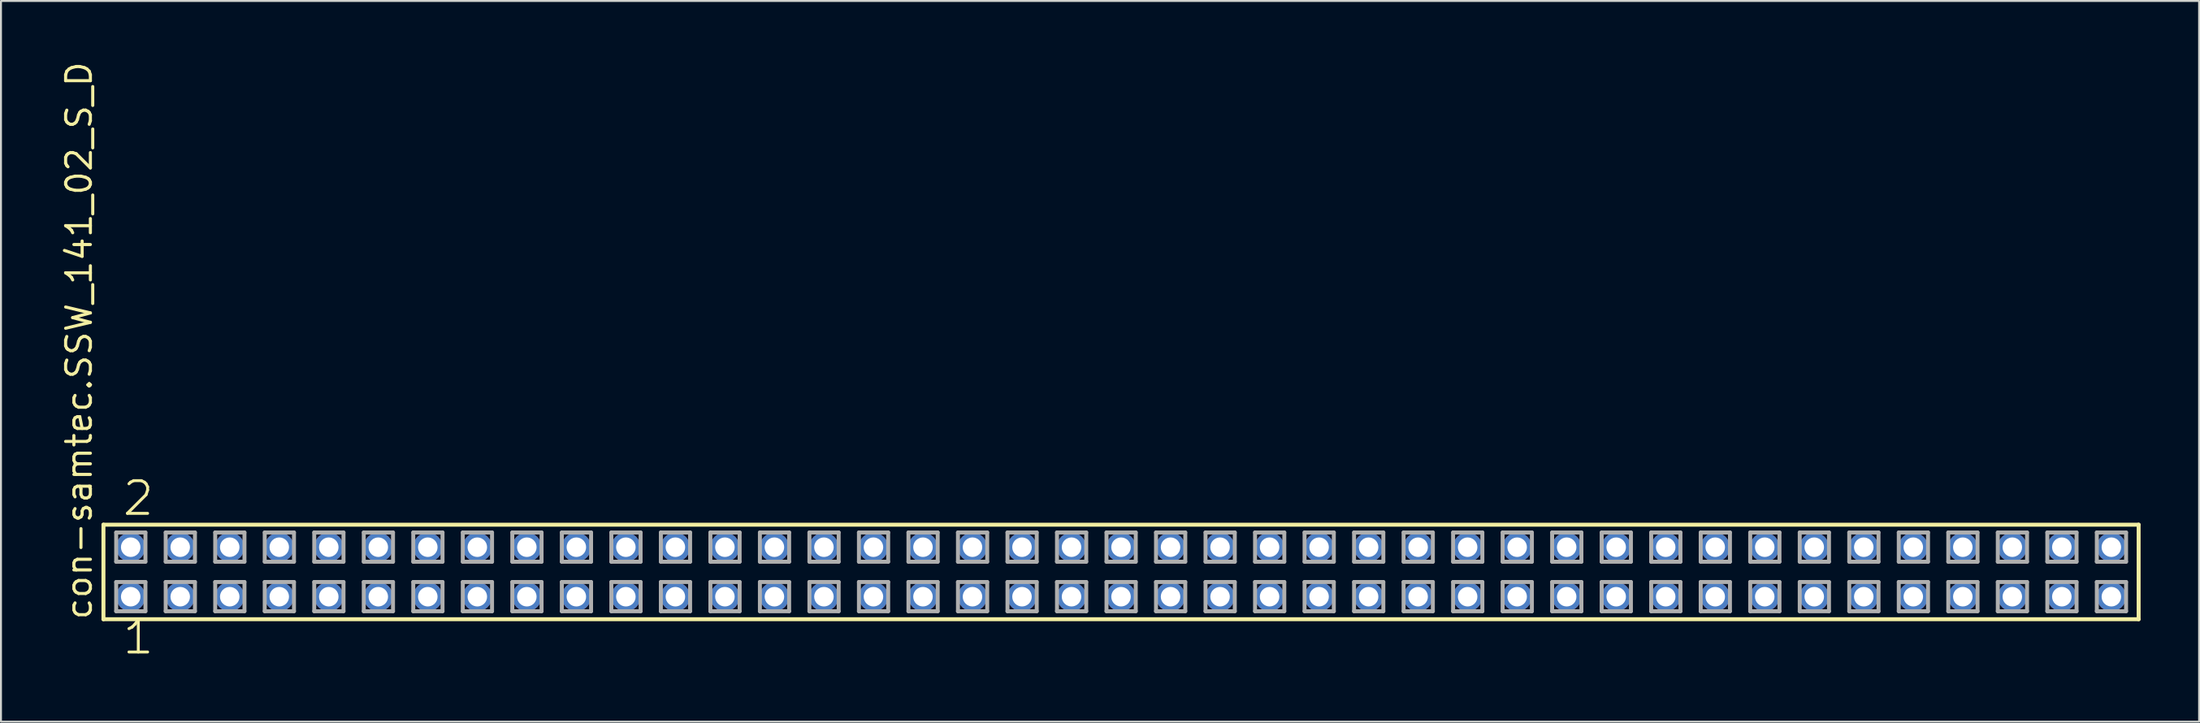
<source format=kicad_pcb>
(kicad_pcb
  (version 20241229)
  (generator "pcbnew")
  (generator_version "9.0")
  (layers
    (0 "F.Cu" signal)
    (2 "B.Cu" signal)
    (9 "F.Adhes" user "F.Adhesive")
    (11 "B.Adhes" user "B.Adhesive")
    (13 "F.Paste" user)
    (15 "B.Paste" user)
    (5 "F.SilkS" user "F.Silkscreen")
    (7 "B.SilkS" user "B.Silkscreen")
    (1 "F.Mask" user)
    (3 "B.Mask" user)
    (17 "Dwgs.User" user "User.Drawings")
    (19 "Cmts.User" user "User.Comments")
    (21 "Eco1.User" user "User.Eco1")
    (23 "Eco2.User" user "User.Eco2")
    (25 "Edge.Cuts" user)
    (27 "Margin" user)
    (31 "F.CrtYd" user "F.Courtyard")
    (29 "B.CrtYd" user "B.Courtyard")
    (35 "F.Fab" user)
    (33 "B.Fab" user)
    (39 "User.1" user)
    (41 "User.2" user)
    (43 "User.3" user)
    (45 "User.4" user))
  (footprint "con-samtec.SSW_141_02_S_D"
    (layer "F.Cu")
    (at 54.455 26.291)
    (property "Reference" "con-samtec.SSW_141_02_S_D" (at -52.705 2.54 90) (layer "F.SilkS") (effects (font (size 1.27 1.27) (thickness 0.16)) (justify left bottom)))
    (attr through_hole)
    (fp_line (start -52.199 -2.425) (end 52.199 -2.425) (stroke (width 0.203) (type default)) (layer "F.SilkS"))
    (fp_line (start -52.199 2.425) (end -52.199 -2.425) (stroke (width 0.203) (type default)) (layer "F.SilkS"))
    (fp_line (start 52.199 -2.425) (end 52.199 2.425) (stroke (width 0.203) (type default)) (layer "F.SilkS"))
    (fp_line (start 52.199 2.425) (end -52.199 2.425) (stroke (width 0.203) (type default)) (layer "F.SilkS"))
    (fp_line (start -51.545 -2.025) (end -50.045 -2.025) (stroke (width 0.203) (type default)) (layer "F.Fab"))
    (fp_line (start -51.545 -0.525) (end -51.545 -2.025) (stroke (width 0.203) (type default)) (layer "F.Fab"))
    (fp_line (start -51.545 0.515) (end -50.045 0.515) (stroke (width 0.203) (type default)) (layer "F.Fab"))
    (fp_line (start -51.545 2.015) (end -51.545 0.515) (stroke (width 0.203) (type default)) (layer "F.Fab"))
    (fp_line (start -50.045 -2.025) (end -50.045 -0.525) (stroke (width 0.203) (type default)) (layer "F.Fab"))
    (fp_line (start -50.045 -0.525) (end -51.545 -0.525) (stroke (width 0.203) (type default)) (layer "F.Fab"))
    (fp_line (start -50.045 0.515) (end -50.045 2.015) (stroke (width 0.203) (type default)) (layer "F.Fab"))
    (fp_line (start -50.045 2.015) (end -51.545 2.015) (stroke (width 0.203) (type default)) (layer "F.Fab"))
    (fp_line (start -49.005 -2.025) (end -47.505 -2.025) (stroke (width 0.203) (type default)) (layer "F.Fab"))
    (fp_line (start -49.005 -0.525) (end -49.005 -2.025) (stroke (width 0.203) (type default)) (layer "F.Fab"))
    (fp_line (start -49.005 0.515) (end -47.505 0.515) (stroke (width 0.203) (type default)) (layer "F.Fab"))
    (fp_line (start -49.005 2.015) (end -49.005 0.515) (stroke (width 0.203) (type default)) (layer "F.Fab"))
    (fp_line (start -47.505 -2.025) (end -47.505 -0.525) (stroke (width 0.203) (type default)) (layer "F.Fab"))
    (fp_line (start -47.505 -0.525) (end -49.005 -0.525) (stroke (width 0.203) (type default)) (layer "F.Fab"))
    (fp_line (start -47.505 0.515) (end -47.505 2.015) (stroke (width 0.203) (type default)) (layer "F.Fab"))
    (fp_line (start -47.505 2.015) (end -49.005 2.015) (stroke (width 0.203) (type default)) (layer "F.Fab"))
    (fp_line (start -46.465 -2.025) (end -44.965 -2.025) (stroke (width 0.203) (type default)) (layer "F.Fab"))
    (fp_line (start -46.465 -0.525) (end -46.465 -2.025) (stroke (width 0.203) (type default)) (layer "F.Fab"))
    (fp_line (start -46.465 0.515) (end -44.965 0.515) (stroke (width 0.203) (type default)) (layer "F.Fab"))
    (fp_line (start -46.465 2.015) (end -46.465 0.515) (stroke (width 0.203) (type default)) (layer "F.Fab"))
    (fp_line (start -44.965 -2.025) (end -44.965 -0.525) (stroke (width 0.203) (type default)) (layer "F.Fab"))
    (fp_line (start -44.965 -0.525) (end -46.465 -0.525) (stroke (width 0.203) (type default)) (layer "F.Fab"))
    (fp_line (start -44.965 0.515) (end -44.965 2.015) (stroke (width 0.203) (type default)) (layer "F.Fab"))
    (fp_line (start -44.965 2.015) (end -46.465 2.015) (stroke (width 0.203) (type default)) (layer "F.Fab"))
    (fp_line (start -43.925 -2.025) (end -42.425 -2.025) (stroke (width 0.203) (type default)) (layer "F.Fab"))
    (fp_line (start -43.925 -0.525) (end -43.925 -2.025) (stroke (width 0.203) (type default)) (layer "F.Fab"))
    (fp_line (start -43.925 0.515) (end -42.425 0.515) (stroke (width 0.203) (type default)) (layer "F.Fab"))
    (fp_line (start -43.925 2.015) (end -43.925 0.515) (stroke (width 0.203) (type default)) (layer "F.Fab"))
    (fp_line (start -42.425 -2.025) (end -42.425 -0.525) (stroke (width 0.203) (type default)) (layer "F.Fab"))
    (fp_line (start -42.425 -0.525) (end -43.925 -0.525) (stroke (width 0.203) (type default)) (layer "F.Fab"))
    (fp_line (start -42.425 0.515) (end -42.425 2.015) (stroke (width 0.203) (type default)) (layer "F.Fab"))
    (fp_line (start -42.425 2.015) (end -43.925 2.015) (stroke (width 0.203) (type default)) (layer "F.Fab"))
    (fp_line (start -41.385 -2.025) (end -39.885 -2.025) (stroke (width 0.203) (type default)) (layer "F.Fab"))
    (fp_line (start -41.385 -0.525) (end -41.385 -2.025) (stroke (width 0.203) (type default)) (layer "F.Fab"))
    (fp_line (start -41.385 0.515) (end -39.885 0.515) (stroke (width 0.203) (type default)) (layer "F.Fab"))
    (fp_line (start -41.385 2.015) (end -41.385 0.515) (stroke (width 0.203) (type default)) (layer "F.Fab"))
    (fp_line (start -39.885 -2.025) (end -39.885 -0.525) (stroke (width 0.203) (type default)) (layer "F.Fab"))
    (fp_line (start -39.885 -0.525) (end -41.385 -0.525) (stroke (width 0.203) (type default)) (layer "F.Fab"))
    (fp_line (start -39.885 0.515) (end -39.885 2.015) (stroke (width 0.203) (type default)) (layer "F.Fab"))
    (fp_line (start -39.885 2.015) (end -41.385 2.015) (stroke (width 0.203) (type default)) (layer "F.Fab"))
    (fp_line (start -38.845 -2.025) (end -37.345 -2.025) (stroke (width 0.203) (type default)) (layer "F.Fab"))
    (fp_line (start -38.845 -0.525) (end -38.845 -2.025) (stroke (width 0.203) (type default)) (layer "F.Fab"))
    (fp_line (start -38.845 0.515) (end -37.345 0.515) (stroke (width 0.203) (type default)) (layer "F.Fab"))
    (fp_line (start -38.845 2.015) (end -38.845 0.515) (stroke (width 0.203) (type default)) (layer "F.Fab"))
    (fp_line (start -37.345 -2.025) (end -37.345 -0.525) (stroke (width 0.203) (type default)) (layer "F.Fab"))
    (fp_line (start -37.345 -0.525) (end -38.845 -0.525) (stroke (width 0.203) (type default)) (layer "F.Fab"))
    (fp_line (start -37.345 0.515) (end -37.345 2.015) (stroke (width 0.203) (type default)) (layer "F.Fab"))
    (fp_line (start -37.345 2.015) (end -38.845 2.015) (stroke (width 0.203) (type default)) (layer "F.Fab"))
    (fp_line (start -36.305 -2.025) (end -34.805 -2.025) (stroke (width 0.203) (type default)) (layer "F.Fab"))
    (fp_line (start -36.305 -0.525) (end -36.305 -2.025) (stroke (width 0.203) (type default)) (layer "F.Fab"))
    (fp_line (start -36.305 0.515) (end -34.805 0.515) (stroke (width 0.203) (type default)) (layer "F.Fab"))
    (fp_line (start -36.305 2.015) (end -36.305 0.515) (stroke (width 0.203) (type default)) (layer "F.Fab"))
    (fp_line (start -34.805 -2.025) (end -34.805 -0.525) (stroke (width 0.203) (type default)) (layer "F.Fab"))
    (fp_line (start -34.805 -0.525) (end -36.305 -0.525) (stroke (width 0.203) (type default)) (layer "F.Fab"))
    (fp_line (start -34.805 0.515) (end -34.805 2.015) (stroke (width 0.203) (type default)) (layer "F.Fab"))
    (fp_line (start -34.805 2.015) (end -36.305 2.015) (stroke (width 0.203) (type default)) (layer "F.Fab"))
    (fp_line (start -33.765 -2.025) (end -32.265 -2.025) (stroke (width 0.203) (type default)) (layer "F.Fab"))
    (fp_line (start -33.765 -0.525) (end -33.765 -2.025) (stroke (width 0.203) (type default)) (layer "F.Fab"))
    (fp_line (start -33.765 0.515) (end -32.265 0.515) (stroke (width 0.203) (type default)) (layer "F.Fab"))
    (fp_line (start -33.765 2.015) (end -33.765 0.515) (stroke (width 0.203) (type default)) (layer "F.Fab"))
    (fp_line (start -32.265 -2.025) (end -32.265 -0.525) (stroke (width 0.203) (type default)) (layer "F.Fab"))
    (fp_line (start -32.265 -0.525) (end -33.765 -0.525) (stroke (width 0.203) (type default)) (layer "F.Fab"))
    (fp_line (start -32.265 0.515) (end -32.265 2.015) (stroke (width 0.203) (type default)) (layer "F.Fab"))
    (fp_line (start -32.265 2.015) (end -33.765 2.015) (stroke (width 0.203) (type default)) (layer "F.Fab"))
    (fp_line (start -31.225 -2.025) (end -29.725 -2.025) (stroke (width 0.203) (type default)) (layer "F.Fab"))
    (fp_line (start -31.225 -0.525) (end -31.225 -2.025) (stroke (width 0.203) (type default)) (layer "F.Fab"))
    (fp_line (start -31.225 0.515) (end -29.725 0.515) (stroke (width 0.203) (type default)) (layer "F.Fab"))
    (fp_line (start -31.225 2.015) (end -31.225 0.515) (stroke (width 0.203) (type default)) (layer "F.Fab"))
    (fp_line (start -29.725 -2.025) (end -29.725 -0.525) (stroke (width 0.203) (type default)) (layer "F.Fab"))
    (fp_line (start -29.725 -0.525) (end -31.225 -0.525) (stroke (width 0.203) (type default)) (layer "F.Fab"))
    (fp_line (start -29.725 0.515) (end -29.725 2.015) (stroke (width 0.203) (type default)) (layer "F.Fab"))
    (fp_line (start -29.725 2.015) (end -31.225 2.015) (stroke (width 0.203) (type default)) (layer "F.Fab"))
    (fp_line (start -28.685 -2.025) (end -27.185 -2.025) (stroke (width 0.203) (type default)) (layer "F.Fab"))
    (fp_line (start -28.685 -0.525) (end -28.685 -2.025) (stroke (width 0.203) (type default)) (layer "F.Fab"))
    (fp_line (start -28.685 0.515) (end -27.185 0.515) (stroke (width 0.203) (type default)) (layer "F.Fab"))
    (fp_line (start -28.685 2.015) (end -28.685 0.515) (stroke (width 0.203) (type default)) (layer "F.Fab"))
    (fp_line (start -27.185 -2.025) (end -27.185 -0.525) (stroke (width 0.203) (type default)) (layer "F.Fab"))
    (fp_line (start -27.185 -0.525) (end -28.685 -0.525) (stroke (width 0.203) (type default)) (layer "F.Fab"))
    (fp_line (start -27.185 0.515) (end -27.185 2.015) (stroke (width 0.203) (type default)) (layer "F.Fab"))
    (fp_line (start -27.185 2.015) (end -28.685 2.015) (stroke (width 0.203) (type default)) (layer "F.Fab"))
    (fp_line (start -26.145 -2.025) (end -24.645 -2.025) (stroke (width 0.203) (type default)) (layer "F.Fab"))
    (fp_line (start -26.145 -0.525) (end -26.145 -2.025) (stroke (width 0.203) (type default)) (layer "F.Fab"))
    (fp_line (start -26.145 0.515) (end -24.645 0.515) (stroke (width 0.203) (type default)) (layer "F.Fab"))
    (fp_line (start -26.145 2.015) (end -26.145 0.515) (stroke (width 0.203) (type default)) (layer "F.Fab"))
    (fp_line (start -24.645 -2.025) (end -24.645 -0.525) (stroke (width 0.203) (type default)) (layer "F.Fab"))
    (fp_line (start -24.645 -0.525) (end -26.145 -0.525) (stroke (width 0.203) (type default)) (layer "F.Fab"))
    (fp_line (start -24.645 0.515) (end -24.645 2.015) (stroke (width 0.203) (type default)) (layer "F.Fab"))
    (fp_line (start -24.645 2.015) (end -26.145 2.015) (stroke (width 0.203) (type default)) (layer "F.Fab"))
    (fp_line (start -23.605 -2.025) (end -22.105 -2.025) (stroke (width 0.203) (type default)) (layer "F.Fab"))
    (fp_line (start -23.605 -0.525) (end -23.605 -2.025) (stroke (width 0.203) (type default)) (layer "F.Fab"))
    (fp_line (start -23.605 0.515) (end -22.105 0.515) (stroke (width 0.203) (type default)) (layer "F.Fab"))
    (fp_line (start -23.605 2.015) (end -23.605 0.515) (stroke (width 0.203) (type default)) (layer "F.Fab"))
    (fp_line (start -22.105 -2.025) (end -22.105 -0.525) (stroke (width 0.203) (type default)) (layer "F.Fab"))
    (fp_line (start -22.105 -0.525) (end -23.605 -0.525) (stroke (width 0.203) (type default)) (layer "F.Fab"))
    (fp_line (start -22.105 0.515) (end -22.105 2.015) (stroke (width 0.203) (type default)) (layer "F.Fab"))
    (fp_line (start -22.105 2.015) (end -23.605 2.015) (stroke (width 0.203) (type default)) (layer "F.Fab"))
    (fp_line (start -21.065 -2.025) (end -19.565 -2.025) (stroke (width 0.203) (type default)) (layer "F.Fab"))
    (fp_line (start -21.065 -0.525) (end -21.065 -2.025) (stroke (width 0.203) (type default)) (layer "F.Fab"))
    (fp_line (start -21.065 0.515) (end -19.565 0.515) (stroke (width 0.203) (type default)) (layer "F.Fab"))
    (fp_line (start -21.065 2.015) (end -21.065 0.515) (stroke (width 0.203) (type default)) (layer "F.Fab"))
    (fp_line (start -19.565 -2.025) (end -19.565 -0.525) (stroke (width 0.203) (type default)) (layer "F.Fab"))
    (fp_line (start -19.565 -0.525) (end -21.065 -0.525) (stroke (width 0.203) (type default)) (layer "F.Fab"))
    (fp_line (start -19.565 0.515) (end -19.565 2.015) (stroke (width 0.203) (type default)) (layer "F.Fab"))
    (fp_line (start -19.565 2.015) (end -21.065 2.015) (stroke (width 0.203) (type default)) (layer "F.Fab"))
    (fp_line (start -18.525 -2.025) (end -17.025 -2.025) (stroke (width 0.203) (type default)) (layer "F.Fab"))
    (fp_line (start -18.525 -0.525) (end -18.525 -2.025) (stroke (width 0.203) (type default)) (layer "F.Fab"))
    (fp_line (start -18.525 0.515) (end -17.025 0.515) (stroke (width 0.203) (type default)) (layer "F.Fab"))
    (fp_line (start -18.525 2.015) (end -18.525 0.515) (stroke (width 0.203) (type default)) (layer "F.Fab"))
    (fp_line (start -17.025 -2.025) (end -17.025 -0.525) (stroke (width 0.203) (type default)) (layer "F.Fab"))
    (fp_line (start -17.025 -0.525) (end -18.525 -0.525) (stroke (width 0.203) (type default)) (layer "F.Fab"))
    (fp_line (start -17.025 0.515) (end -17.025 2.015) (stroke (width 0.203) (type default)) (layer "F.Fab"))
    (fp_line (start -17.025 2.015) (end -18.525 2.015) (stroke (width 0.203) (type default)) (layer "F.Fab"))
    (fp_line (start -15.985 -2.025) (end -14.485 -2.025) (stroke (width 0.203) (type default)) (layer "F.Fab"))
    (fp_line (start -15.985 -0.525) (end -15.985 -2.025) (stroke (width 0.203) (type default)) (layer "F.Fab"))
    (fp_line (start -15.985 0.515) (end -14.485 0.515) (stroke (width 0.203) (type default)) (layer "F.Fab"))
    (fp_line (start -15.985 2.015) (end -15.985 0.515) (stroke (width 0.203) (type default)) (layer "F.Fab"))
    (fp_line (start -14.485 -2.025) (end -14.485 -0.525) (stroke (width 0.203) (type default)) (layer "F.Fab"))
    (fp_line (start -14.485 -0.525) (end -15.985 -0.525) (stroke (width 0.203) (type default)) (layer "F.Fab"))
    (fp_line (start -14.485 0.515) (end -14.485 2.015) (stroke (width 0.203) (type default)) (layer "F.Fab"))
    (fp_line (start -14.485 2.015) (end -15.985 2.015) (stroke (width 0.203) (type default)) (layer "F.Fab"))
    (fp_line (start -13.445 -2.025) (end -11.945 -2.025) (stroke (width 0.203) (type default)) (layer "F.Fab"))
    (fp_line (start -13.445 -0.525) (end -13.445 -2.025) (stroke (width 0.203) (type default)) (layer "F.Fab"))
    (fp_line (start -13.445 0.515) (end -11.945 0.515) (stroke (width 0.203) (type default)) (layer "F.Fab"))
    (fp_line (start -13.445 2.015) (end -13.445 0.515) (stroke (width 0.203) (type default)) (layer "F.Fab"))
    (fp_line (start -11.945 -2.025) (end -11.945 -0.525) (stroke (width 0.203) (type default)) (layer "F.Fab"))
    (fp_line (start -11.945 -0.525) (end -13.445 -0.525) (stroke (width 0.203) (type default)) (layer "F.Fab"))
    (fp_line (start -11.945 0.515) (end -11.945 2.015) (stroke (width 0.203) (type default)) (layer "F.Fab"))
    (fp_line (start -11.945 2.015) (end -13.445 2.015) (stroke (width 0.203) (type default)) (layer "F.Fab"))
    (fp_line (start -10.905 -2.025) (end -9.405 -2.025) (stroke (width 0.203) (type default)) (layer "F.Fab"))
    (fp_line (start -10.905 -0.525) (end -10.905 -2.025) (stroke (width 0.203) (type default)) (layer "F.Fab"))
    (fp_line (start -10.905 0.515) (end -9.405 0.515) (stroke (width 0.203) (type default)) (layer "F.Fab"))
    (fp_line (start -10.905 2.015) (end -10.905 0.515) (stroke (width 0.203) (type default)) (layer "F.Fab"))
    (fp_line (start -9.405 -2.025) (end -9.405 -0.525) (stroke (width 0.203) (type default)) (layer "F.Fab"))
    (fp_line (start -9.405 -0.525) (end -10.905 -0.525) (stroke (width 0.203) (type default)) (layer "F.Fab"))
    (fp_line (start -9.405 0.515) (end -9.405 2.015) (stroke (width 0.203) (type default)) (layer "F.Fab"))
    (fp_line (start -9.405 2.015) (end -10.905 2.015) (stroke (width 0.203) (type default)) (layer "F.Fab"))
    (fp_line (start -8.365 -2.025) (end -6.865 -2.025) (stroke (width 0.203) (type default)) (layer "F.Fab"))
    (fp_line (start -8.365 -0.525) (end -8.365 -2.025) (stroke (width 0.203) (type default)) (layer "F.Fab"))
    (fp_line (start -8.365 0.515) (end -6.865 0.515) (stroke (width 0.203) (type default)) (layer "F.Fab"))
    (fp_line (start -8.365 2.015) (end -8.365 0.515) (stroke (width 0.203) (type default)) (layer "F.Fab"))
    (fp_line (start -6.865 -2.025) (end -6.865 -0.525) (stroke (width 0.203) (type default)) (layer "F.Fab"))
    (fp_line (start -6.865 -0.525) (end -8.365 -0.525) (stroke (width 0.203) (type default)) (layer "F.Fab"))
    (fp_line (start -6.865 0.515) (end -6.865 2.015) (stroke (width 0.203) (type default)) (layer "F.Fab"))
    (fp_line (start -6.865 2.015) (end -8.365 2.015) (stroke (width 0.203) (type default)) (layer "F.Fab"))
    (fp_line (start -5.825 -2.025) (end -4.325 -2.025) (stroke (width 0.203) (type default)) (layer "F.Fab"))
    (fp_line (start -5.825 -0.525) (end -5.825 -2.025) (stroke (width 0.203) (type default)) (layer "F.Fab"))
    (fp_line (start -5.825 0.515) (end -4.325 0.515) (stroke (width 0.203) (type default)) (layer "F.Fab"))
    (fp_line (start -5.825 2.015) (end -5.825 0.515) (stroke (width 0.203) (type default)) (layer "F.Fab"))
    (fp_line (start -4.325 -2.025) (end -4.325 -0.525) (stroke (width 0.203) (type default)) (layer "F.Fab"))
    (fp_line (start -4.325 -0.525) (end -5.825 -0.525) (stroke (width 0.203) (type default)) (layer "F.Fab"))
    (fp_line (start -4.325 0.515) (end -4.325 2.015) (stroke (width 0.203) (type default)) (layer "F.Fab"))
    (fp_line (start -4.325 2.015) (end -5.825 2.015) (stroke (width 0.203) (type default)) (layer "F.Fab"))
    (fp_line (start -3.285 -2.025) (end -1.785 -2.025) (stroke (width 0.203) (type default)) (layer "F.Fab"))
    (fp_line (start -3.285 -0.525) (end -3.285 -2.025) (stroke (width 0.203) (type default)) (layer "F.Fab"))
    (fp_line (start -3.285 0.515) (end -1.785 0.515) (stroke (width 0.203) (type default)) (layer "F.Fab"))
    (fp_line (start -3.285 2.015) (end -3.285 0.515) (stroke (width 0.203) (type default)) (layer "F.Fab"))
    (fp_line (start -1.785 -2.025) (end -1.785 -0.525) (stroke (width 0.203) (type default)) (layer "F.Fab"))
    (fp_line (start -1.785 -0.525) (end -3.285 -0.525) (stroke (width 0.203) (type default)) (layer "F.Fab"))
    (fp_line (start -1.785 0.515) (end -1.785 2.015) (stroke (width 0.203) (type default)) (layer "F.Fab"))
    (fp_line (start -1.785 2.015) (end -3.285 2.015) (stroke (width 0.203) (type default)) (layer "F.Fab"))
    (fp_line (start -0.745 -2.025) (end 0.755 -2.025) (stroke (width 0.203) (type default)) (layer "F.Fab"))
    (fp_line (start -0.745 -0.525) (end -0.745 -2.025) (stroke (width 0.203) (type default)) (layer "F.Fab"))
    (fp_line (start -0.745 0.515) (end 0.755 0.515) (stroke (width 0.203) (type default)) (layer "F.Fab"))
    (fp_line (start -0.745 2.015) (end -0.745 0.515) (stroke (width 0.203) (type default)) (layer "F.Fab"))
    (fp_line (start 0.755 -2.025) (end 0.755 -0.525) (stroke (width 0.203) (type default)) (layer "F.Fab"))
    (fp_line (start 0.755 -0.525) (end -0.745 -0.525) (stroke (width 0.203) (type default)) (layer "F.Fab"))
    (fp_line (start 0.755 0.515) (end 0.755 2.015) (stroke (width 0.203) (type default)) (layer "F.Fab"))
    (fp_line (start 0.755 2.015) (end -0.745 2.015) (stroke (width 0.203) (type default)) (layer "F.Fab"))
    (fp_line (start 1.795 -2.025) (end 3.295 -2.025) (stroke (width 0.203) (type default)) (layer "F.Fab"))
    (fp_line (start 1.795 -0.525) (end 1.795 -2.025) (stroke (width 0.203) (type default)) (layer "F.Fab"))
    (fp_line (start 1.795 0.515) (end 3.295 0.515) (stroke (width 0.203) (type default)) (layer "F.Fab"))
    (fp_line (start 1.795 2.015) (end 1.795 0.515) (stroke (width 0.203) (type default)) (layer "F.Fab"))
    (fp_line (start 3.295 -2.025) (end 3.295 -0.525) (stroke (width 0.203) (type default)) (layer "F.Fab"))
    (fp_line (start 3.295 -0.525) (end 1.795 -0.525) (stroke (width 0.203) (type default)) (layer "F.Fab"))
    (fp_line (start 3.295 0.515) (end 3.295 2.015) (stroke (width 0.203) (type default)) (layer "F.Fab"))
    (fp_line (start 3.295 2.015) (end 1.795 2.015) (stroke (width 0.203) (type default)) (layer "F.Fab"))
    (fp_line (start 4.335 -2.025) (end 5.835 -2.025) (stroke (width 0.203) (type default)) (layer "F.Fab"))
    (fp_line (start 4.335 -0.525) (end 4.335 -2.025) (stroke (width 0.203) (type default)) (layer "F.Fab"))
    (fp_line (start 4.335 0.515) (end 5.835 0.515) (stroke (width 0.203) (type default)) (layer "F.Fab"))
    (fp_line (start 4.335 2.015) (end 4.335 0.515) (stroke (width 0.203) (type default)) (layer "F.Fab"))
    (fp_line (start 5.835 -2.025) (end 5.835 -0.525) (stroke (width 0.203) (type default)) (layer "F.Fab"))
    (fp_line (start 5.835 -0.525) (end 4.335 -0.525) (stroke (width 0.203) (type default)) (layer "F.Fab"))
    (fp_line (start 5.835 0.515) (end 5.835 2.015) (stroke (width 0.203) (type default)) (layer "F.Fab"))
    (fp_line (start 5.835 2.015) (end 4.335 2.015) (stroke (width 0.203) (type default)) (layer "F.Fab"))
    (fp_line (start 6.875 -2.025) (end 8.375 -2.025) (stroke (width 0.203) (type default)) (layer "F.Fab"))
    (fp_line (start 6.875 -0.525) (end 6.875 -2.025) (stroke (width 0.203) (type default)) (layer "F.Fab"))
    (fp_line (start 6.875 0.515) (end 8.375 0.515) (stroke (width 0.203) (type default)) (layer "F.Fab"))
    (fp_line (start 6.875 2.015) (end 6.875 0.515) (stroke (width 0.203) (type default)) (layer "F.Fab"))
    (fp_line (start 8.375 -2.025) (end 8.375 -0.525) (stroke (width 0.203) (type default)) (layer "F.Fab"))
    (fp_line (start 8.375 -0.525) (end 6.875 -0.525) (stroke (width 0.203) (type default)) (layer "F.Fab"))
    (fp_line (start 8.375 0.515) (end 8.375 2.015) (stroke (width 0.203) (type default)) (layer "F.Fab"))
    (fp_line (start 8.375 2.015) (end 6.875 2.015) (stroke (width 0.203) (type default)) (layer "F.Fab"))
    (fp_line (start 9.415 -2.025) (end 10.915 -2.025) (stroke (width 0.203) (type default)) (layer "F.Fab"))
    (fp_line (start 9.415 -0.525) (end 9.415 -2.025) (stroke (width 0.203) (type default)) (layer "F.Fab"))
    (fp_line (start 9.415 0.515) (end 10.915 0.515) (stroke (width 0.203) (type default)) (layer "F.Fab"))
    (fp_line (start 9.415 2.015) (end 9.415 0.515) (stroke (width 0.203) (type default)) (layer "F.Fab"))
    (fp_line (start 10.915 -2.025) (end 10.915 -0.525) (stroke (width 0.203) (type default)) (layer "F.Fab"))
    (fp_line (start 10.915 -0.525) (end 9.415 -0.525) (stroke (width 0.203) (type default)) (layer "F.Fab"))
    (fp_line (start 10.915 0.515) (end 10.915 2.015) (stroke (width 0.203) (type default)) (layer "F.Fab"))
    (fp_line (start 10.915 2.015) (end 9.415 2.015) (stroke (width 0.203) (type default)) (layer "F.Fab"))
    (fp_line (start 11.955 -2.025) (end 13.455 -2.025) (stroke (width 0.203) (type default)) (layer "F.Fab"))
    (fp_line (start 11.955 -0.525) (end 11.955 -2.025) (stroke (width 0.203) (type default)) (layer "F.Fab"))
    (fp_line (start 11.955 0.515) (end 13.455 0.515) (stroke (width 0.203) (type default)) (layer "F.Fab"))
    (fp_line (start 11.955 2.015) (end 11.955 0.515) (stroke (width 0.203) (type default)) (layer "F.Fab"))
    (fp_line (start 13.455 -2.025) (end 13.455 -0.525) (stroke (width 0.203) (type default)) (layer "F.Fab"))
    (fp_line (start 13.455 -0.525) (end 11.955 -0.525) (stroke (width 0.203) (type default)) (layer "F.Fab"))
    (fp_line (start 13.455 0.515) (end 13.455 2.015) (stroke (width 0.203) (type default)) (layer "F.Fab"))
    (fp_line (start 13.455 2.015) (end 11.955 2.015) (stroke (width 0.203) (type default)) (layer "F.Fab"))
    (fp_line (start 14.495 -2.025) (end 15.995 -2.025) (stroke (width 0.203) (type default)) (layer "F.Fab"))
    (fp_line (start 14.495 -0.525) (end 14.495 -2.025) (stroke (width 0.203) (type default)) (layer "F.Fab"))
    (fp_line (start 14.495 0.515) (end 15.995 0.515) (stroke (width 0.203) (type default)) (layer "F.Fab"))
    (fp_line (start 14.495 2.015) (end 14.495 0.515) (stroke (width 0.203) (type default)) (layer "F.Fab"))
    (fp_line (start 15.995 -2.025) (end 15.995 -0.525) (stroke (width 0.203) (type default)) (layer "F.Fab"))
    (fp_line (start 15.995 -0.525) (end 14.495 -0.525) (stroke (width 0.203) (type default)) (layer "F.Fab"))
    (fp_line (start 15.995 0.515) (end 15.995 2.015) (stroke (width 0.203) (type default)) (layer "F.Fab"))
    (fp_line (start 15.995 2.015) (end 14.495 2.015) (stroke (width 0.203) (type default)) (layer "F.Fab"))
    (fp_line (start 17.035 -2.025) (end 18.535 -2.025) (stroke (width 0.203) (type default)) (layer "F.Fab"))
    (fp_line (start 17.035 -0.525) (end 17.035 -2.025) (stroke (width 0.203) (type default)) (layer "F.Fab"))
    (fp_line (start 17.035 0.515) (end 18.535 0.515) (stroke (width 0.203) (type default)) (layer "F.Fab"))
    (fp_line (start 17.035 2.015) (end 17.035 0.515) (stroke (width 0.203) (type default)) (layer "F.Fab"))
    (fp_line (start 18.535 -2.025) (end 18.535 -0.525) (stroke (width 0.203) (type default)) (layer "F.Fab"))
    (fp_line (start 18.535 -0.525) (end 17.035 -0.525) (stroke (width 0.203) (type default)) (layer "F.Fab"))
    (fp_line (start 18.535 0.515) (end 18.535 2.015) (stroke (width 0.203) (type default)) (layer "F.Fab"))
    (fp_line (start 18.535 2.015) (end 17.035 2.015) (stroke (width 0.203) (type default)) (layer "F.Fab"))
    (fp_line (start 19.575 -2.025) (end 21.075 -2.025) (stroke (width 0.203) (type default)) (layer "F.Fab"))
    (fp_line (start 19.575 -0.525) (end 19.575 -2.025) (stroke (width 0.203) (type default)) (layer "F.Fab"))
    (fp_line (start 19.575 0.515) (end 21.075 0.515) (stroke (width 0.203) (type default)) (layer "F.Fab"))
    (fp_line (start 19.575 2.015) (end 19.575 0.515) (stroke (width 0.203) (type default)) (layer "F.Fab"))
    (fp_line (start 21.075 -2.025) (end 21.075 -0.525) (stroke (width 0.203) (type default)) (layer "F.Fab"))
    (fp_line (start 21.075 -0.525) (end 19.575 -0.525) (stroke (width 0.203) (type default)) (layer "F.Fab"))
    (fp_line (start 21.075 0.515) (end 21.075 2.015) (stroke (width 0.203) (type default)) (layer "F.Fab"))
    (fp_line (start 21.075 2.015) (end 19.575 2.015) (stroke (width 0.203) (type default)) (layer "F.Fab"))
    (fp_line (start 22.115 -2.025) (end 23.615 -2.025) (stroke (width 0.203) (type default)) (layer "F.Fab"))
    (fp_line (start 22.115 -0.525) (end 22.115 -2.025) (stroke (width 0.203) (type default)) (layer "F.Fab"))
    (fp_line (start 22.115 0.515) (end 23.615 0.515) (stroke (width 0.203) (type default)) (layer "F.Fab"))
    (fp_line (start 22.115 2.015) (end 22.115 0.515) (stroke (width 0.203) (type default)) (layer "F.Fab"))
    (fp_line (start 23.615 -2.025) (end 23.615 -0.525) (stroke (width 0.203) (type default)) (layer "F.Fab"))
    (fp_line (start 23.615 -0.525) (end 22.115 -0.525) (stroke (width 0.203) (type default)) (layer "F.Fab"))
    (fp_line (start 23.615 0.515) (end 23.615 2.015) (stroke (width 0.203) (type default)) (layer "F.Fab"))
    (fp_line (start 23.615 2.015) (end 22.115 2.015) (stroke (width 0.203) (type default)) (layer "F.Fab"))
    (fp_line (start 24.655 -2.025) (end 26.155 -2.025) (stroke (width 0.203) (type default)) (layer "F.Fab"))
    (fp_line (start 24.655 -0.525) (end 24.655 -2.025) (stroke (width 0.203) (type default)) (layer "F.Fab"))
    (fp_line (start 24.655 0.515) (end 26.155 0.515) (stroke (width 0.203) (type default)) (layer "F.Fab"))
    (fp_line (start 24.655 2.015) (end 24.655 0.515) (stroke (width 0.203) (type default)) (layer "F.Fab"))
    (fp_line (start 26.155 -2.025) (end 26.155 -0.525) (stroke (width 0.203) (type default)) (layer "F.Fab"))
    (fp_line (start 26.155 -0.525) (end 24.655 -0.525) (stroke (width 0.203) (type default)) (layer "F.Fab"))
    (fp_line (start 26.155 0.515) (end 26.155 2.015) (stroke (width 0.203) (type default)) (layer "F.Fab"))
    (fp_line (start 26.155 2.015) (end 24.655 2.015) (stroke (width 0.203) (type default)) (layer "F.Fab"))
    (fp_line (start 27.195 -2.025) (end 28.695 -2.025) (stroke (width 0.203) (type default)) (layer "F.Fab"))
    (fp_line (start 27.195 -0.525) (end 27.195 -2.025) (stroke (width 0.203) (type default)) (layer "F.Fab"))
    (fp_line (start 27.195 0.515) (end 28.695 0.515) (stroke (width 0.203) (type default)) (layer "F.Fab"))
    (fp_line (start 27.195 2.015) (end 27.195 0.515) (stroke (width 0.203) (type default)) (layer "F.Fab"))
    (fp_line (start 28.695 -2.025) (end 28.695 -0.525) (stroke (width 0.203) (type default)) (layer "F.Fab"))
    (fp_line (start 28.695 -0.525) (end 27.195 -0.525) (stroke (width 0.203) (type default)) (layer "F.Fab"))
    (fp_line (start 28.695 0.515) (end 28.695 2.015) (stroke (width 0.203) (type default)) (layer "F.Fab"))
    (fp_line (start 28.695 2.015) (end 27.195 2.015) (stroke (width 0.203) (type default)) (layer "F.Fab"))
    (fp_line (start 29.735 -2.025) (end 31.235 -2.025) (stroke (width 0.203) (type default)) (layer "F.Fab"))
    (fp_line (start 29.735 -0.525) (end 29.735 -2.025) (stroke (width 0.203) (type default)) (layer "F.Fab"))
    (fp_line (start 29.735 0.515) (end 31.235 0.515) (stroke (width 0.203) (type default)) (layer "F.Fab"))
    (fp_line (start 29.735 2.015) (end 29.735 0.515) (stroke (width 0.203) (type default)) (layer "F.Fab"))
    (fp_line (start 31.235 -2.025) (end 31.235 -0.525) (stroke (width 0.203) (type default)) (layer "F.Fab"))
    (fp_line (start 31.235 -0.525) (end 29.735 -0.525) (stroke (width 0.203) (type default)) (layer "F.Fab"))
    (fp_line (start 31.235 0.515) (end 31.235 2.015) (stroke (width 0.203) (type default)) (layer "F.Fab"))
    (fp_line (start 31.235 2.015) (end 29.735 2.015) (stroke (width 0.203) (type default)) (layer "F.Fab"))
    (fp_line (start 32.275 -2.025) (end 33.775 -2.025) (stroke (width 0.203) (type default)) (layer "F.Fab"))
    (fp_line (start 32.275 -0.525) (end 32.275 -2.025) (stroke (width 0.203) (type default)) (layer "F.Fab"))
    (fp_line (start 32.275 0.515) (end 33.775 0.515) (stroke (width 0.203) (type default)) (layer "F.Fab"))
    (fp_line (start 32.275 2.015) (end 32.275 0.515) (stroke (width 0.203) (type default)) (layer "F.Fab"))
    (fp_line (start 33.775 -2.025) (end 33.775 -0.525) (stroke (width 0.203) (type default)) (layer "F.Fab"))
    (fp_line (start 33.775 -0.525) (end 32.275 -0.525) (stroke (width 0.203) (type default)) (layer "F.Fab"))
    (fp_line (start 33.775 0.515) (end 33.775 2.015) (stroke (width 0.203) (type default)) (layer "F.Fab"))
    (fp_line (start 33.775 2.015) (end 32.275 2.015) (stroke (width 0.203) (type default)) (layer "F.Fab"))
    (fp_line (start 34.815 -2.025) (end 36.315 -2.025) (stroke (width 0.203) (type default)) (layer "F.Fab"))
    (fp_line (start 34.815 -0.525) (end 34.815 -2.025) (stroke (width 0.203) (type default)) (layer "F.Fab"))
    (fp_line (start 34.815 0.515) (end 36.315 0.515) (stroke (width 0.203) (type default)) (layer "F.Fab"))
    (fp_line (start 34.815 2.015) (end 34.815 0.515) (stroke (width 0.203) (type default)) (layer "F.Fab"))
    (fp_line (start 36.315 -2.025) (end 36.315 -0.525) (stroke (width 0.203) (type default)) (layer "F.Fab"))
    (fp_line (start 36.315 -0.525) (end 34.815 -0.525) (stroke (width 0.203) (type default)) (layer "F.Fab"))
    (fp_line (start 36.315 0.515) (end 36.315 2.015) (stroke (width 0.203) (type default)) (layer "F.Fab"))
    (fp_line (start 36.315 2.015) (end 34.815 2.015) (stroke (width 0.203) (type default)) (layer "F.Fab"))
    (fp_line (start 37.355 -2.025) (end 38.855 -2.025) (stroke (width 0.203) (type default)) (layer "F.Fab"))
    (fp_line (start 37.355 -0.525) (end 37.355 -2.025) (stroke (width 0.203) (type default)) (layer "F.Fab"))
    (fp_line (start 37.355 0.515) (end 38.855 0.515) (stroke (width 0.203) (type default)) (layer "F.Fab"))
    (fp_line (start 37.355 2.015) (end 37.355 0.515) (stroke (width 0.203) (type default)) (layer "F.Fab"))
    (fp_line (start 38.855 -2.025) (end 38.855 -0.525) (stroke (width 0.203) (type default)) (layer "F.Fab"))
    (fp_line (start 38.855 -0.525) (end 37.355 -0.525) (stroke (width 0.203) (type default)) (layer "F.Fab"))
    (fp_line (start 38.855 0.515) (end 38.855 2.015) (stroke (width 0.203) (type default)) (layer "F.Fab"))
    (fp_line (start 38.855 2.015) (end 37.355 2.015) (stroke (width 0.203) (type default)) (layer "F.Fab"))
    (fp_line (start 39.895 -2.025) (end 41.395 -2.025) (stroke (width 0.203) (type default)) (layer "F.Fab"))
    (fp_line (start 39.895 -0.525) (end 39.895 -2.025) (stroke (width 0.203) (type default)) (layer "F.Fab"))
    (fp_line (start 39.895 0.515) (end 41.395 0.515) (stroke (width 0.203) (type default)) (layer "F.Fab"))
    (fp_line (start 39.895 2.015) (end 39.895 0.515) (stroke (width 0.203) (type default)) (layer "F.Fab"))
    (fp_line (start 41.395 -2.025) (end 41.395 -0.525) (stroke (width 0.203) (type default)) (layer "F.Fab"))
    (fp_line (start 41.395 -0.525) (end 39.895 -0.525) (stroke (width 0.203) (type default)) (layer "F.Fab"))
    (fp_line (start 41.395 0.515) (end 41.395 2.015) (stroke (width 0.203) (type default)) (layer "F.Fab"))
    (fp_line (start 41.395 2.015) (end 39.895 2.015) (stroke (width 0.203) (type default)) (layer "F.Fab"))
    (fp_line (start 42.435 -2.025) (end 43.935 -2.025) (stroke (width 0.203) (type default)) (layer "F.Fab"))
    (fp_line (start 42.435 -0.525) (end 42.435 -2.025) (stroke (width 0.203) (type default)) (layer "F.Fab"))
    (fp_line (start 42.435 0.515) (end 43.935 0.515) (stroke (width 0.203) (type default)) (layer "F.Fab"))
    (fp_line (start 42.435 2.015) (end 42.435 0.515) (stroke (width 0.203) (type default)) (layer "F.Fab"))
    (fp_line (start 43.935 -2.025) (end 43.935 -0.525) (stroke (width 0.203) (type default)) (layer "F.Fab"))
    (fp_line (start 43.935 -0.525) (end 42.435 -0.525) (stroke (width 0.203) (type default)) (layer "F.Fab"))
    (fp_line (start 43.935 0.515) (end 43.935 2.015) (stroke (width 0.203) (type default)) (layer "F.Fab"))
    (fp_line (start 43.935 2.015) (end 42.435 2.015) (stroke (width 0.203) (type default)) (layer "F.Fab"))
    (fp_line (start 44.975 -2.025) (end 46.475 -2.025) (stroke (width 0.203) (type default)) (layer "F.Fab"))
    (fp_line (start 44.975 -0.525) (end 44.975 -2.025) (stroke (width 0.203) (type default)) (layer "F.Fab"))
    (fp_line (start 44.975 0.515) (end 46.475 0.515) (stroke (width 0.203) (type default)) (layer "F.Fab"))
    (fp_line (start 44.975 2.015) (end 44.975 0.515) (stroke (width 0.203) (type default)) (layer "F.Fab"))
    (fp_line (start 46.475 -2.025) (end 46.475 -0.525) (stroke (width 0.203) (type default)) (layer "F.Fab"))
    (fp_line (start 46.475 -0.525) (end 44.975 -0.525) (stroke (width 0.203) (type default)) (layer "F.Fab"))
    (fp_line (start 46.475 0.515) (end 46.475 2.015) (stroke (width 0.203) (type default)) (layer "F.Fab"))
    (fp_line (start 46.475 2.015) (end 44.975 2.015) (stroke (width 0.203) (type default)) (layer "F.Fab"))
    (fp_line (start 47.515 -2.025) (end 49.015 -2.025) (stroke (width 0.203) (type default)) (layer "F.Fab"))
    (fp_line (start 47.515 -0.525) (end 47.515 -2.025) (stroke (width 0.203) (type default)) (layer "F.Fab"))
    (fp_line (start 47.515 0.515) (end 49.015 0.515) (stroke (width 0.203) (type default)) (layer "F.Fab"))
    (fp_line (start 47.515 2.015) (end 47.515 0.515) (stroke (width 0.203) (type default)) (layer "F.Fab"))
    (fp_line (start 49.015 -2.025) (end 49.015 -0.525) (stroke (width 0.203) (type default)) (layer "F.Fab"))
    (fp_line (start 49.015 -0.525) (end 47.515 -0.525) (stroke (width 0.203) (type default)) (layer "F.Fab"))
    (fp_line (start 49.015 0.515) (end 49.015 2.015) (stroke (width 0.203) (type default)) (layer "F.Fab"))
    (fp_line (start 49.015 2.015) (end 47.515 2.015) (stroke (width 0.203) (type default)) (layer "F.Fab"))
    (fp_line (start 50.055 -2.025) (end 51.555 -2.025) (stroke (width 0.203) (type default)) (layer "F.Fab"))
    (fp_line (start 50.055 -0.525) (end 50.055 -2.025) (stroke (width 0.203) (type default)) (layer "F.Fab"))
    (fp_line (start 50.055 0.515) (end 51.555 0.515) (stroke (width 0.203) (type default)) (layer "F.Fab"))
    (fp_line (start 50.055 2.015) (end 50.055 0.515) (stroke (width 0.203) (type default)) (layer "F.Fab"))
    (fp_line (start 51.555 -2.025) (end 51.555 -0.525) (stroke (width 0.203) (type default)) (layer "F.Fab"))
    (fp_line (start 51.555 -0.525) (end 50.055 -0.525) (stroke (width 0.203) (type default)) (layer "F.Fab"))
    (fp_line (start 51.555 0.515) (end 51.555 2.015) (stroke (width 0.203) (type default)) (layer "F.Fab"))
    (fp_line (start 51.555 2.015) (end 50.055 2.015) (stroke (width 0.203) (type default)) (layer "F.Fab"))
    (fp_text user "1" (at -51.308 4.318 0) (layer "F.SilkS") (effects (font (size 1.676 1.676) (thickness 0.15)) (justify left bottom)))
    (fp_text user "2" (at -51.308 -2.794 0) (layer "F.SilkS") (effects (font (size 1.676 1.676) (thickness 0.15)) (justify left bottom)))
    (pad "1" thru_hole circle (at -50.8 1.27) (size 1.5 1.5) (drill 1) (layers "*.Cu" "*.Mask"))
    (pad "2" thru_hole circle (at -50.8 -1.27) (size 1.5 1.5) (drill 1) (layers "*.Cu" "*.Mask"))
    (pad "3" thru_hole circle (at -48.26 1.27) (size 1.5 1.5) (drill 1) (layers "*.Cu" "*.Mask"))
    (pad "4" thru_hole circle (at -48.26 -1.27) (size 1.5 1.5) (drill 1) (layers "*.Cu" "*.Mask"))
    (pad "5" thru_hole circle (at -45.72 1.27) (size 1.5 1.5) (drill 1) (layers "*.Cu" "*.Mask"))
    (pad "6" thru_hole circle (at -45.72 -1.27) (size 1.5 1.5) (drill 1) (layers "*.Cu" "*.Mask"))
    (pad "7" thru_hole circle (at -43.18 1.27) (size 1.5 1.5) (drill 1) (layers "*.Cu" "*.Mask"))
    (pad "8" thru_hole circle (at -43.18 -1.27) (size 1.5 1.5) (drill 1) (layers "*.Cu" "*.Mask"))
    (pad "9" thru_hole circle (at -40.64 1.27) (size 1.5 1.5) (drill 1) (layers "*.Cu" "*.Mask"))
    (pad "10" thru_hole circle (at -40.64 -1.27) (size 1.5 1.5) (drill 1) (layers "*.Cu" "*.Mask"))
    (pad "11" thru_hole circle (at -38.1 1.27) (size 1.5 1.5) (drill 1) (layers "*.Cu" "*.Mask"))
    (pad "12" thru_hole circle (at -38.1 -1.27) (size 1.5 1.5) (drill 1) (layers "*.Cu" "*.Mask"))
    (pad "13" thru_hole circle (at -35.56 1.27) (size 1.5 1.5) (drill 1) (layers "*.Cu" "*.Mask"))
    (pad "14" thru_hole circle (at -35.56 -1.27) (size 1.5 1.5) (drill 1) (layers "*.Cu" "*.Mask"))
    (pad "15" thru_hole circle (at -33.02 1.27) (size 1.5 1.5) (drill 1) (layers "*.Cu" "*.Mask"))
    (pad "16" thru_hole circle (at -33.02 -1.27) (size 1.5 1.5) (drill 1) (layers "*.Cu" "*.Mask"))
    (pad "17" thru_hole circle (at -30.48 1.27) (size 1.5 1.5) (drill 1) (layers "*.Cu" "*.Mask"))
    (pad "18" thru_hole circle (at -30.48 -1.27) (size 1.5 1.5) (drill 1) (layers "*.Cu" "*.Mask"))
    (pad "19" thru_hole circle (at -27.94 1.27) (size 1.5 1.5) (drill 1) (layers "*.Cu" "*.Mask"))
    (pad "20" thru_hole circle (at -27.94 -1.27) (size 1.5 1.5) (drill 1) (layers "*.Cu" "*.Mask"))
    (pad "21" thru_hole circle (at -25.4 1.27) (size 1.5 1.5) (drill 1) (layers "*.Cu" "*.Mask"))
    (pad "22" thru_hole circle (at -25.4 -1.27) (size 1.5 1.5) (drill 1) (layers "*.Cu" "*.Mask"))
    (pad "23" thru_hole circle (at -22.86 1.27) (size 1.5 1.5) (drill 1) (layers "*.Cu" "*.Mask"))
    (pad "24" thru_hole circle (at -22.86 -1.27) (size 1.5 1.5) (drill 1) (layers "*.Cu" "*.Mask"))
    (pad "25" thru_hole circle (at -20.32 1.27) (size 1.5 1.5) (drill 1) (layers "*.Cu" "*.Mask"))
    (pad "26" thru_hole circle (at -20.32 -1.27) (size 1.5 1.5) (drill 1) (layers "*.Cu" "*.Mask"))
    (pad "27" thru_hole circle (at -17.78 1.27) (size 1.5 1.5) (drill 1) (layers "*.Cu" "*.Mask"))
    (pad "28" thru_hole circle (at -17.78 -1.27) (size 1.5 1.5) (drill 1) (layers "*.Cu" "*.Mask"))
    (pad "29" thru_hole circle (at -15.24 1.27) (size 1.5 1.5) (drill 1) (layers "*.Cu" "*.Mask"))
    (pad "30" thru_hole circle (at -15.24 -1.27) (size 1.5 1.5) (drill 1) (layers "*.Cu" "*.Mask"))
    (pad "31" thru_hole circle (at -12.7 1.27) (size 1.5 1.5) (drill 1) (layers "*.Cu" "*.Mask"))
    (pad "32" thru_hole circle (at -12.7 -1.27) (size 1.5 1.5) (drill 1) (layers "*.Cu" "*.Mask"))
    (pad "33" thru_hole circle (at -10.16 1.27) (size 1.5 1.5) (drill 1) (layers "*.Cu" "*.Mask"))
    (pad "34" thru_hole circle (at -10.16 -1.27) (size 1.5 1.5) (drill 1) (layers "*.Cu" "*.Mask"))
    (pad "35" thru_hole circle (at -7.62 1.27) (size 1.5 1.5) (drill 1) (layers "*.Cu" "*.Mask"))
    (pad "36" thru_hole circle (at -7.62 -1.27) (size 1.5 1.5) (drill 1) (layers "*.Cu" "*.Mask"))
    (pad "37" thru_hole circle (at -5.08 1.27) (size 1.5 1.5) (drill 1) (layers "*.Cu" "*.Mask"))
    (pad "38" thru_hole circle (at -5.08 -1.27) (size 1.5 1.5) (drill 1) (layers "*.Cu" "*.Mask"))
    (pad "39" thru_hole circle (at -2.54 1.27) (size 1.5 1.5) (drill 1) (layers "*.Cu" "*.Mask"))
    (pad "40" thru_hole circle (at -2.54 -1.27) (size 1.5 1.5) (drill 1) (layers "*.Cu" "*.Mask"))
    (pad "41" thru_hole circle (at 0 1.27) (size 1.5 1.5) (drill 1) (layers "*.Cu" "*.Mask"))
    (pad "42" thru_hole circle (at 0 -1.27) (size 1.5 1.5) (drill 1) (layers "*.Cu" "*.Mask"))
    (pad "43" thru_hole circle (at 2.54 1.27) (size 1.5 1.5) (drill 1) (layers "*.Cu" "*.Mask"))
    (pad "44" thru_hole circle (at 2.54 -1.27) (size 1.5 1.5) (drill 1) (layers "*.Cu" "*.Mask"))
    (pad "45" thru_hole circle (at 5.08 1.27) (size 1.5 1.5) (drill 1) (layers "*.Cu" "*.Mask"))
    (pad "46" thru_hole circle (at 5.08 -1.27) (size 1.5 1.5) (drill 1) (layers "*.Cu" "*.Mask"))
    (pad "47" thru_hole circle (at 7.62 1.27) (size 1.5 1.5) (drill 1) (layers "*.Cu" "*.Mask"))
    (pad "48" thru_hole circle (at 7.62 -1.27) (size 1.5 1.5) (drill 1) (layers "*.Cu" "*.Mask"))
    (pad "49" thru_hole circle (at 10.16 1.27) (size 1.5 1.5) (drill 1) (layers "*.Cu" "*.Mask"))
    (pad "50" thru_hole circle (at 10.16 -1.27) (size 1.5 1.5) (drill 1) (layers "*.Cu" "*.Mask"))
    (pad "51" thru_hole circle (at 12.7 1.27) (size 1.5 1.5) (drill 1) (layers "*.Cu" "*.Mask"))
    (pad "52" thru_hole circle (at 12.7 -1.27) (size 1.5 1.5) (drill 1) (layers "*.Cu" "*.Mask"))
    (pad "53" thru_hole circle (at 15.24 1.27) (size 1.5 1.5) (drill 1) (layers "*.Cu" "*.Mask"))
    (pad "54" thru_hole circle (at 15.24 -1.27) (size 1.5 1.5) (drill 1) (layers "*.Cu" "*.Mask"))
    (pad "55" thru_hole circle (at 17.78 1.27) (size 1.5 1.5) (drill 1) (layers "*.Cu" "*.Mask"))
    (pad "56" thru_hole circle (at 17.78 -1.27) (size 1.5 1.5) (drill 1) (layers "*.Cu" "*.Mask"))
    (pad "57" thru_hole circle (at 20.32 1.27) (size 1.5 1.5) (drill 1) (layers "*.Cu" "*.Mask"))
    (pad "58" thru_hole circle (at 20.32 -1.27) (size 1.5 1.5) (drill 1) (layers "*.Cu" "*.Mask"))
    (pad "59" thru_hole circle (at 22.86 1.27) (size 1.5 1.5) (drill 1) (layers "*.Cu" "*.Mask"))
    (pad "60" thru_hole circle (at 22.86 -1.27) (size 1.5 1.5) (drill 1) (layers "*.Cu" "*.Mask"))
    (pad "61" thru_hole circle (at 25.4 1.27) (size 1.5 1.5) (drill 1) (layers "*.Cu" "*.Mask"))
    (pad "62" thru_hole circle (at 25.4 -1.27) (size 1.5 1.5) (drill 1) (layers "*.Cu" "*.Mask"))
    (pad "63" thru_hole circle (at 27.94 1.27) (size 1.5 1.5) (drill 1) (layers "*.Cu" "*.Mask"))
    (pad "64" thru_hole circle (at 27.94 -1.27) (size 1.5 1.5) (drill 1) (layers "*.Cu" "*.Mask"))
    (pad "65" thru_hole circle (at 30.48 1.27) (size 1.5 1.5) (drill 1) (layers "*.Cu" "*.Mask"))
    (pad "66" thru_hole circle (at 30.48 -1.27) (size 1.5 1.5) (drill 1) (layers "*.Cu" "*.Mask"))
    (pad "67" thru_hole circle (at 33.02 1.27) (size 1.5 1.5) (drill 1) (layers "*.Cu" "*.Mask"))
    (pad "68" thru_hole circle (at 33.02 -1.27) (size 1.5 1.5) (drill 1) (layers "*.Cu" "*.Mask"))
    (pad "69" thru_hole circle (at 35.56 1.27) (size 1.5 1.5) (drill 1) (layers "*.Cu" "*.Mask"))
    (pad "70" thru_hole circle (at 35.56 -1.27) (size 1.5 1.5) (drill 1) (layers "*.Cu" "*.Mask"))
    (pad "71" thru_hole circle (at 38.1 1.27) (size 1.5 1.5) (drill 1) (layers "*.Cu" "*.Mask"))
    (pad "72" thru_hole circle (at 38.1 -1.27) (size 1.5 1.5) (drill 1) (layers "*.Cu" "*.Mask"))
    (pad "73" thru_hole circle (at 40.64 1.27) (size 1.5 1.5) (drill 1) (layers "*.Cu" "*.Mask"))
    (pad "74" thru_hole circle (at 40.64 -1.27) (size 1.5 1.5) (drill 1) (layers "*.Cu" "*.Mask"))
    (pad "75" thru_hole circle (at 43.18 1.27) (size 1.5 1.5) (drill 1) (layers "*.Cu" "*.Mask"))
    (pad "76" thru_hole circle (at 43.18 -1.27) (size 1.5 1.5) (drill 1) (layers "*.Cu" "*.Mask"))
    (pad "77" thru_hole circle (at 45.72 1.27) (size 1.5 1.5) (drill 1) (layers "*.Cu" "*.Mask"))
    (pad "78" thru_hole circle (at 45.72 -1.27) (size 1.5 1.5) (drill 1) (layers "*.Cu" "*.Mask"))
    (pad "79" thru_hole circle (at 48.26 1.27) (size 1.5 1.5) (drill 1) (layers "*.Cu" "*.Mask"))
    (pad "80" thru_hole circle (at 48.26 -1.27) (size 1.5 1.5) (drill 1) (layers "*.Cu" "*.Mask"))
    (pad "81" thru_hole circle (at 50.8 1.27) (size 1.5 1.5) (drill 1) (layers "*.Cu" "*.Mask"))
    (pad "82" thru_hole circle (at 50.8 -1.27) (size 1.5 1.5) (drill 1) (layers "*.Cu" "*.Mask")))
  (gr_rect
    (start -3 -3)
    (end 109.756 33.971)
    (stroke (width 0.1) (type default))
    (fill no)
    (layer "Edge.Cuts")))
</source>
